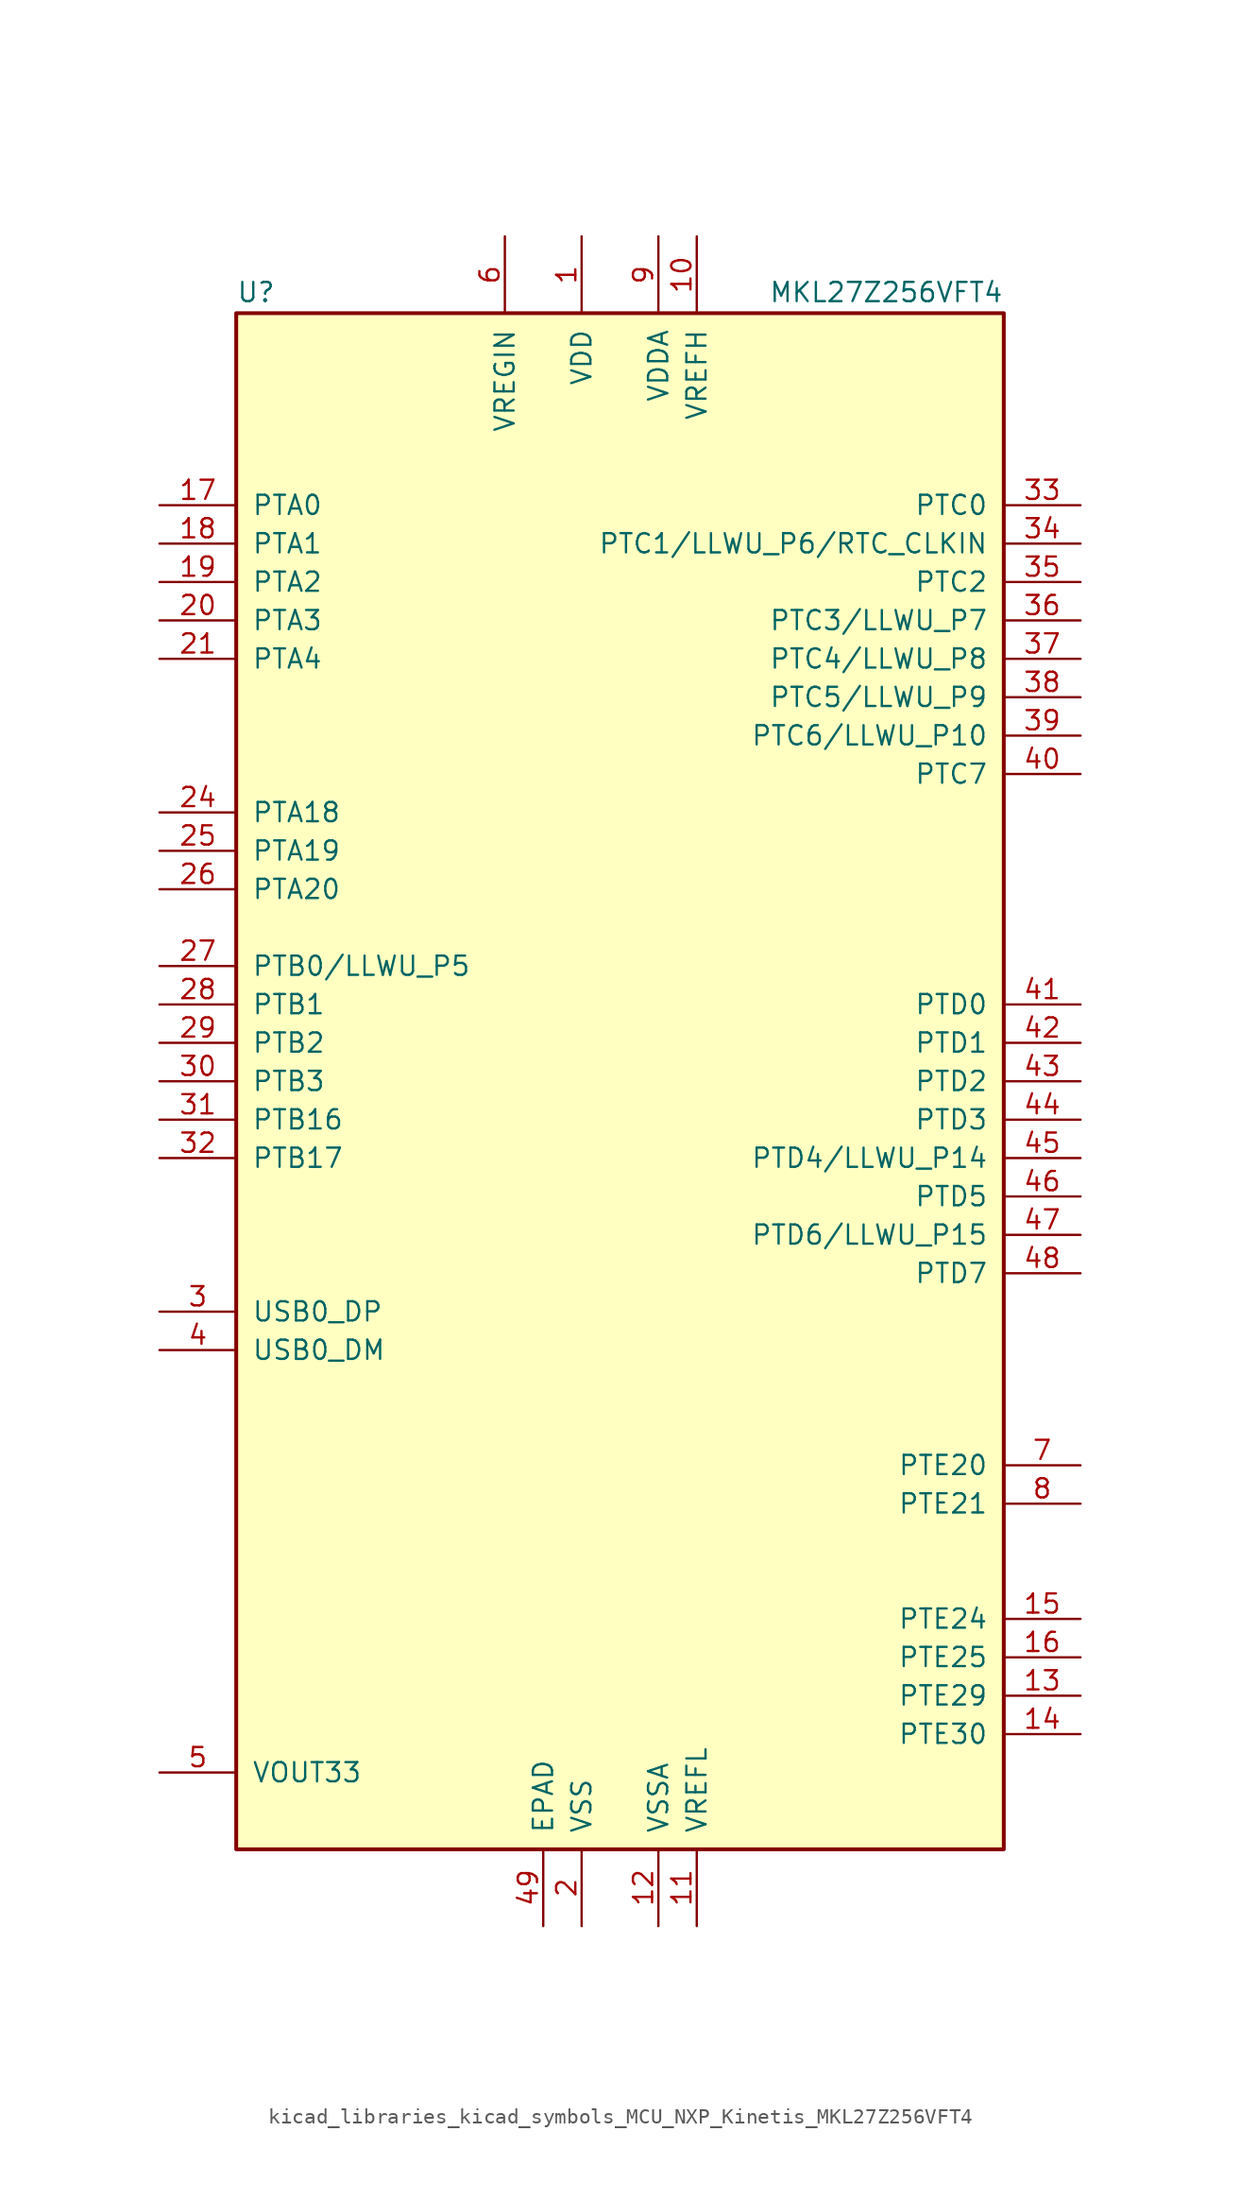
<source format=kicad_sym>
(kicad_symbol_lib
  (version 20220914)
  (generator kicad_symbol_editor)
  (symbol "kicad_libraries_kicad_symbols_MCU_NXP_Kinetis_MKL27Z256VFT4"
    (pin_names
      (offset 1.016))
    (property "Reference" "U"
      (at -25.4 51.435 0)
      (effects (font (size 1.27 1.27)) (justify left bottom)))
    (property "Value" "MKL27Z256VFT4"
      (at 25.4 51.435 0)
      (effects (font (size 1.27 1.27)) (justify right bottom)))
    (symbol "kicad_libraries_kicad_symbols_MCU_NXP_Kinetis_MKL27Z256VFT4_0_1"
      (rectangle (start -25.4 50.8) (end 25.4 -50.8) (stroke (width 0.254) (type default)) (fill (type background))))
    (symbol "kicad_libraries_kicad_symbols_MCU_NXP_Kinetis_MKL27Z256VFT4_1_1"
      (pin power_in line (at -2.54 55.88 270) (length 5.08) (name "VDD" (effects (font (size 1.27 1.27)))) (number "1" (effects (font (size 1.27 1.27)))))
      (pin power_in line (at 5.08 55.88 270) (length 5.08) (name "VREFH" (effects (font (size 1.27 1.27)))) (number "10" (effects (font (size 1.27 1.27)))))
      (pin power_in line (at 5.08 -55.88 90) (length 5.08) (name "VREFL" (effects (font (size 1.27 1.27)))) (number "11" (effects (font (size 1.27 1.27)))))
      (pin power_in line (at 2.54 -55.88 90) (length 5.08) (name "VSSA" (effects (font (size 1.27 1.27)))) (number "12" (effects (font (size 1.27 1.27)))))
      (pin bidirectional line (at 30.48 -40.64 180) (length 5.08) (name "PTE29" (effects (font (size 1.27 1.27)))) (number "13" (effects (font (size 1.27 1.27)))))
      (pin bidirectional line (at 30.48 -43.18 180) (length 5.08) (name "PTE30" (effects (font (size 1.27 1.27)))) (number "14" (effects (font (size 1.27 1.27)))))
      (pin bidirectional line (at 30.48 -35.56 180) (length 5.08) (name "PTE24" (effects (font (size 1.27 1.27)))) (number "15" (effects (font (size 1.27 1.27)))))
      (pin bidirectional line (at 30.48 -38.1 180) (length 5.08) (name "PTE25" (effects (font (size 1.27 1.27)))) (number "16" (effects (font (size 1.27 1.27)))))
      (pin bidirectional line (at -30.48 38.1 0) (length 5.08) (name "PTA0" (effects (font (size 1.27 1.27)))) (number "17" (effects (font (size 1.27 1.27)))))
      (pin bidirectional line (at -30.48 35.56 0) (length 5.08) (name "PTA1" (effects (font (size 1.27 1.27)))) (number "18" (effects (font (size 1.27 1.27)))))
      (pin bidirectional line (at -30.48 33.02 0) (length 5.08) (name "PTA2" (effects (font (size 1.27 1.27)))) (number "19" (effects (font (size 1.27 1.27)))))
      (pin power_in line (at -2.54 -55.88 90) (length 5.08) (name "VSS" (effects (font (size 1.27 1.27)))) (number "2" (effects (font (size 1.27 1.27)))))
      (pin bidirectional line (at -30.48 30.48 0) (length 5.08) (name "PTA3" (effects (font (size 1.27 1.27)))) (number "20" (effects (font (size 1.27 1.27)))))
      (pin bidirectional line (at -30.48 27.94 0) (length 5.08) (name "PTA4" (effects (font (size 1.27 1.27)))) (number "21" (effects (font (size 1.27 1.27)))))
      (pin passive line (at -2.54 55.88 270) (length 5.08) hide (name "VDD" (effects (font (size 1.27 1.27)))) (number "22" (effects (font (size 1.27 1.27)))))
      (pin passive line (at -2.54 -55.88 90) (length 5.08) hide (name "VSS" (effects (font (size 1.27 1.27)))) (number "23" (effects (font (size 1.27 1.27)))))
      (pin bidirectional line (at -30.48 17.78 0) (length 5.08) (name "PTA18" (effects (font (size 1.27 1.27)))) (number "24" (effects (font (size 1.27 1.27)))))
      (pin bidirectional line (at -30.48 15.24 0) (length 5.08) (name "PTA19" (effects (font (size 1.27 1.27)))) (number "25" (effects (font (size 1.27 1.27)))))
      (pin bidirectional line (at -30.48 12.7 0) (length 5.08) (name "PTA20" (effects (font (size 1.27 1.27)))) (number "26" (effects (font (size 1.27 1.27)))))
      (pin bidirectional line (at -30.48 7.62 0) (length 5.08) (name "PTB0/LLWU_P5" (effects (font (size 1.27 1.27)))) (number "27" (effects (font (size 1.27 1.27)))))
      (pin bidirectional line (at -30.48 5.08 0) (length 5.08) (name "PTB1" (effects (font (size 1.27 1.27)))) (number "28" (effects (font (size 1.27 1.27)))))
      (pin bidirectional line (at -30.48 2.54 0) (length 5.08) (name "PTB2" (effects (font (size 1.27 1.27)))) (number "29" (effects (font (size 1.27 1.27)))))
      (pin bidirectional line (at -30.48 -15.24 0) (length 5.08) (name "USB0_DP" (effects (font (size 1.27 1.27)))) (number "3" (effects (font (size 1.27 1.27)))))
      (pin bidirectional line (at -30.48 0 0) (length 5.08) (name "PTB3" (effects (font (size 1.27 1.27)))) (number "30" (effects (font (size 1.27 1.27)))))
      (pin bidirectional line (at -30.48 -2.54 0) (length 5.08) (name "PTB16" (effects (font (size 1.27 1.27)))) (number "31" (effects (font (size 1.27 1.27)))))
      (pin bidirectional line (at -30.48 -5.08 0) (length 5.08) (name "PTB17" (effects (font (size 1.27 1.27)))) (number "32" (effects (font (size 1.27 1.27)))))
      (pin bidirectional line (at 30.48 38.1 180) (length 5.08) (name "PTC0" (effects (font (size 1.27 1.27)))) (number "33" (effects (font (size 1.27 1.27)))))
      (pin bidirectional line (at 30.48 35.56 180) (length 5.08) (name "PTC1/LLWU_P6/RTC_CLKIN" (effects (font (size 1.27 1.27)))) (number "34" (effects (font (size 1.27 1.27)))))
      (pin bidirectional line (at 30.48 33.02 180) (length 5.08) (name "PTC2" (effects (font (size 1.27 1.27)))) (number "35" (effects (font (size 1.27 1.27)))))
      (pin bidirectional line (at 30.48 30.48 180) (length 5.08) (name "PTC3/LLWU_P7" (effects (font (size 1.27 1.27)))) (number "36" (effects (font (size 1.27 1.27)))))
      (pin bidirectional line (at 30.48 27.94 180) (length 5.08) (name "PTC4/LLWU_P8" (effects (font (size 1.27 1.27)))) (number "37" (effects (font (size 1.27 1.27)))))
      (pin bidirectional line (at 30.48 25.4 180) (length 5.08) (name "PTC5/LLWU_P9" (effects (font (size 1.27 1.27)))) (number "38" (effects (font (size 1.27 1.27)))))
      (pin bidirectional line (at 30.48 22.86 180) (length 5.08) (name "PTC6/LLWU_P10" (effects (font (size 1.27 1.27)))) (number "39" (effects (font (size 1.27 1.27)))))
      (pin bidirectional line (at -30.48 -17.78 0) (length 5.08) (name "USB0_DM" (effects (font (size 1.27 1.27)))) (number "4" (effects (font (size 1.27 1.27)))))
      (pin bidirectional line (at 30.48 20.32 180) (length 5.08) (name "PTC7" (effects (font (size 1.27 1.27)))) (number "40" (effects (font (size 1.27 1.27)))))
      (pin bidirectional line (at 30.48 5.08 180) (length 5.08) (name "PTD0" (effects (font (size 1.27 1.27)))) (number "41" (effects (font (size 1.27 1.27)))))
      (pin bidirectional line (at 30.48 2.54 180) (length 5.08) (name "PTD1" (effects (font (size 1.27 1.27)))) (number "42" (effects (font (size 1.27 1.27)))))
      (pin bidirectional line (at 30.48 0 180) (length 5.08) (name "PTD2" (effects (font (size 1.27 1.27)))) (number "43" (effects (font (size 1.27 1.27)))))
      (pin bidirectional line (at 30.48 -2.54 180) (length 5.08) (name "PTD3" (effects (font (size 1.27 1.27)))) (number "44" (effects (font (size 1.27 1.27)))))
      (pin bidirectional line (at 30.48 -5.08 180) (length 5.08) (name "PTD4/LLWU_P14" (effects (font (size 1.27 1.27)))) (number "45" (effects (font (size 1.27 1.27)))))
      (pin bidirectional line (at 30.48 -7.62 180) (length 5.08) (name "PTD5" (effects (font (size 1.27 1.27)))) (number "46" (effects (font (size 1.27 1.27)))))
      (pin bidirectional line (at 30.48 -10.16 180) (length 5.08) (name "PTD6/LLWU_P15" (effects (font (size 1.27 1.27)))) (number "47" (effects (font (size 1.27 1.27)))))
      (pin bidirectional line (at 30.48 -12.7 180) (length 5.08) (name "PTD7" (effects (font (size 1.27 1.27)))) (number "48" (effects (font (size 1.27 1.27)))))
      (pin power_in line (at -5.08 -55.88 90) (length 5.08) (name "EPAD" (effects (font (size 1.27 1.27)))) (number "49" (effects (font (size 1.27 1.27)))))
      (pin power_out line (at -30.48 -45.72 0) (length 5.08) (name "VOUT33" (effects (font (size 1.27 1.27)))) (number "5" (effects (font (size 1.27 1.27)))))
      (pin power_in line (at -7.62 55.88 270) (length 5.08) (name "VREGIN" (effects (font (size 1.27 1.27)))) (number "6" (effects (font (size 1.27 1.27)))))
      (pin bidirectional line (at 30.48 -25.4 180) (length 5.08) (name "PTE20" (effects (font (size 1.27 1.27)))) (number "7" (effects (font (size 1.27 1.27)))))
      (pin bidirectional line (at 30.48 -27.94 180) (length 5.08) (name "PTE21" (effects (font (size 1.27 1.27)))) (number "8" (effects (font (size 1.27 1.27)))))
      (pin power_in line (at 2.54 55.88 270) (length 5.08) (name "VDDA" (effects (font (size 1.27 1.27)))) (number "9" (effects (font (size 1.27 1.27))))))))
</source>
